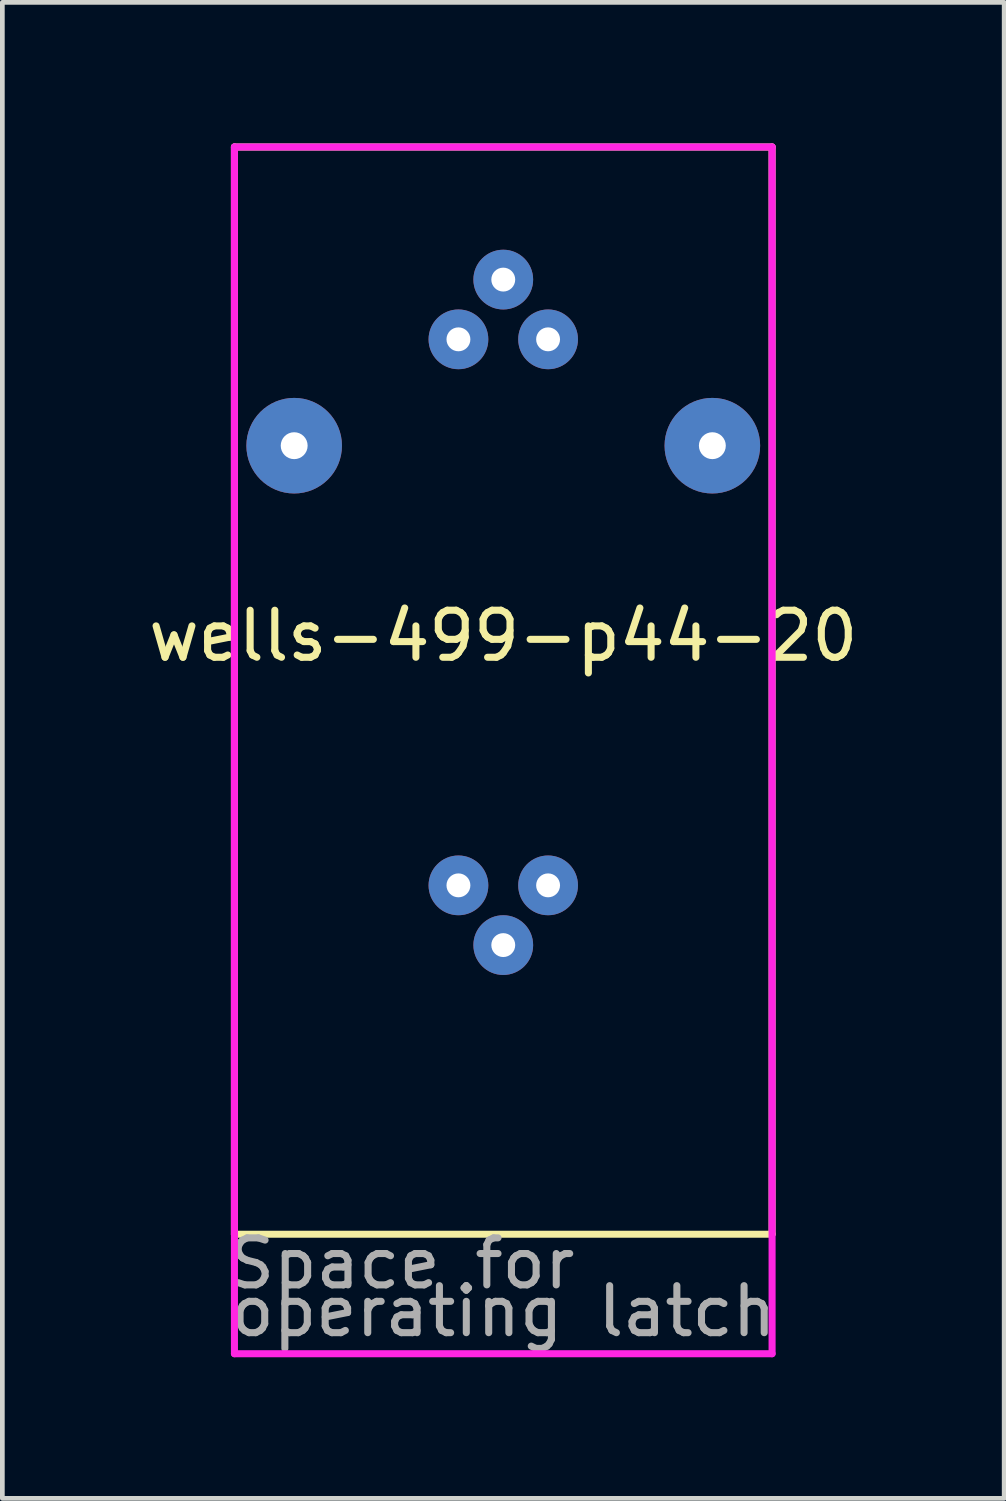
<source format=kicad_pcb>
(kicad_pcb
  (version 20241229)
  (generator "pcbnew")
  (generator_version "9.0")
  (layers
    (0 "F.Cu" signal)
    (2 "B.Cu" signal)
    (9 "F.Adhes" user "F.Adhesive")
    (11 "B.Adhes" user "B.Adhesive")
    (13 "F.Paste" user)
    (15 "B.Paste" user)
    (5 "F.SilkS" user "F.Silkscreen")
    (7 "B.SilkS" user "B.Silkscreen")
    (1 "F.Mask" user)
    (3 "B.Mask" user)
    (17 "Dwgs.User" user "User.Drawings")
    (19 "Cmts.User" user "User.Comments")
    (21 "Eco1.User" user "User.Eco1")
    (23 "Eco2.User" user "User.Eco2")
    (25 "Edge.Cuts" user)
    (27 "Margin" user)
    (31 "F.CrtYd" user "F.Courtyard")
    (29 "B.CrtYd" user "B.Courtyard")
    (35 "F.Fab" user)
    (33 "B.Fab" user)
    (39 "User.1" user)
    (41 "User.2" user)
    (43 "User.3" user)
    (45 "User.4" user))
  (footprint "wells-499-p44-20"
    (layer "F.Cu")
    (at 7.649 9.968)
    (property "Reference" "wells-499-p44-20" (at 0 0.5 0) (layer "F.SilkS") (effects (font (size 1 1) (thickness 0.15))))
    (attr through_hole)
    (fp_line (start -5.715 -9.893) (end 5.715 -9.893) (stroke (width 0.15) (type solid)) (layer "F.SilkS"))
    (fp_line (start -5.715 13.221) (end -5.715 -9.893) (stroke (width 0.15) (type solid)) (layer "F.SilkS"))
    (fp_line (start 5.715 -9.893) (end 5.715 13.221) (stroke (width 0.15) (type solid)) (layer "F.SilkS"))
    (fp_line (start 5.715 13.221) (end -5.715 13.221) (stroke (width 0.15) (type solid)) (layer "F.SilkS"))
    (fp_line (start -5.715 -9.893) (end 5.715 -9.893) (stroke (width 0.15) (type solid)) (layer "F.CrtYd"))
    (fp_line (start -5.715 15.761) (end -5.715 -9.893) (stroke (width 0.15) (type solid)) (layer "F.CrtYd"))
    (fp_line (start 5.715 -9.893) (end 5.715 15.761) (stroke (width 0.15) (type solid)) (layer "F.CrtYd"))
    (fp_line (start 5.715 15.761) (end -5.715 15.761) (stroke (width 0.15) (type solid)) (layer "F.CrtYd"))
    (fp_text user "operating latch" (at 0 14.859 0) (layer "F.Fab") (effects (font (size 1 1) (thickness 0.15))))
    (fp_text user "Space for" (at -2.159 13.843 0) (layer "F.Fab") (effects (font (size 1 1) (thickness 0.15))))
    (pad "" thru_hole circle (at -4.445 -3.543) (size 2.032 2.032) (drill 0.572) (layers "*.Cu" "*.Mask"))
    (pad "" thru_hole circle (at 4.445 -3.543) (size 2.032 2.032) (drill 0.572) (layers "*.Cu" "*.Mask"))
    (pad "1" thru_hole circle (at -0.953 5.804) (size 1.27 1.27) (drill 0.508) (layers "*.Cu" "*.Mask"))
    (pad "2" thru_hole circle (at 0 7.074) (size 1.27 1.27) (drill 0.508) (layers "*.Cu" "*.Mask"))
    (pad "3" thru_hole circle (at 0.953 5.804) (size 1.27 1.27) (drill 0.508) (layers "*.Cu" "*.Mask"))
    (pad "4" thru_hole circle (at 0.953 -5.804) (size 1.27 1.27) (drill 0.508) (layers "*.Cu" "*.Mask"))
    (pad "5" thru_hole circle (at 0 -7.074) (size 1.27 1.27) (drill 0.508) (layers "*.Cu" "*.Mask"))
    (pad "6" thru_hole circle (at -0.953 -5.804) (size 1.27 1.27) (drill 0.508) (layers "*.Cu" "*.Mask")))
  (gr_rect
    (start -3 -3)
    (end 18.298 28.804)
    (stroke (width 0.1) (type default))
    (fill no)
    (layer "Edge.Cuts")))
</source>
